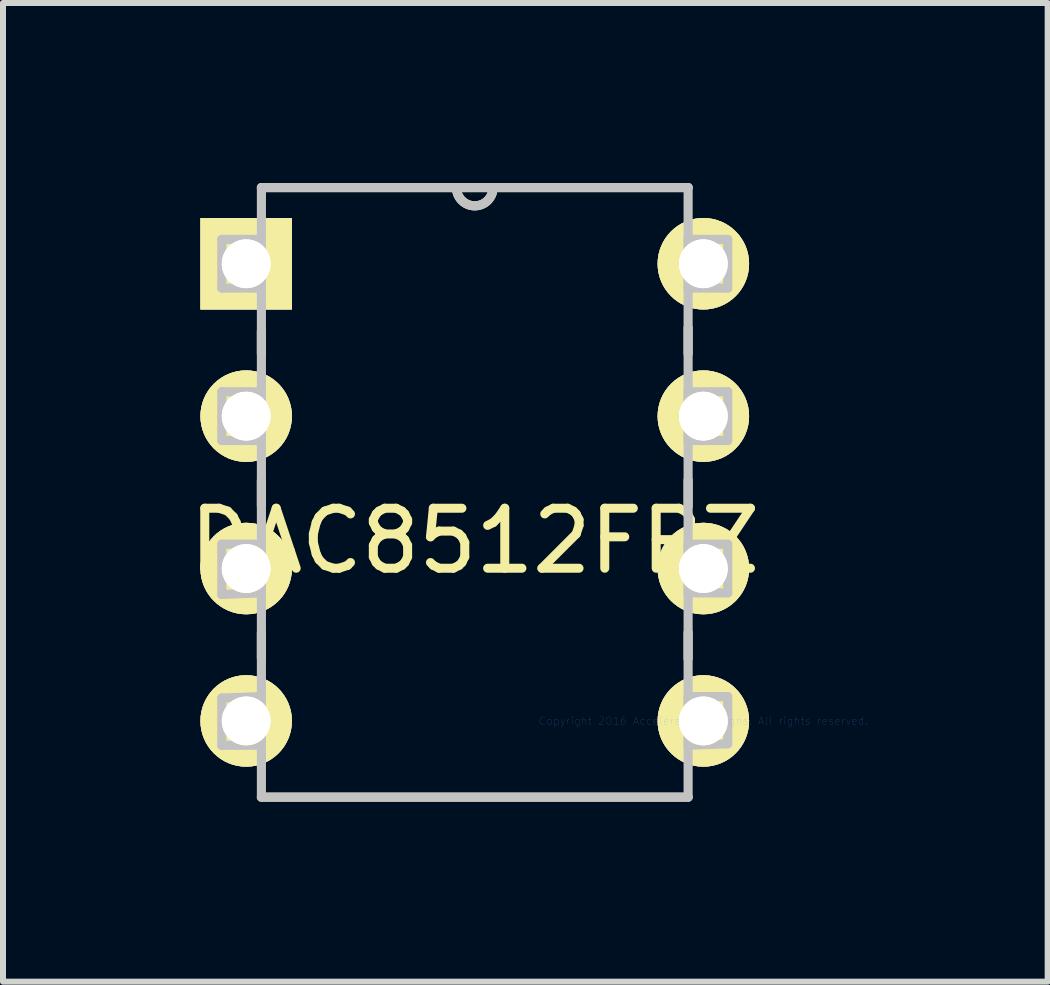
<source format=kicad_pcb>
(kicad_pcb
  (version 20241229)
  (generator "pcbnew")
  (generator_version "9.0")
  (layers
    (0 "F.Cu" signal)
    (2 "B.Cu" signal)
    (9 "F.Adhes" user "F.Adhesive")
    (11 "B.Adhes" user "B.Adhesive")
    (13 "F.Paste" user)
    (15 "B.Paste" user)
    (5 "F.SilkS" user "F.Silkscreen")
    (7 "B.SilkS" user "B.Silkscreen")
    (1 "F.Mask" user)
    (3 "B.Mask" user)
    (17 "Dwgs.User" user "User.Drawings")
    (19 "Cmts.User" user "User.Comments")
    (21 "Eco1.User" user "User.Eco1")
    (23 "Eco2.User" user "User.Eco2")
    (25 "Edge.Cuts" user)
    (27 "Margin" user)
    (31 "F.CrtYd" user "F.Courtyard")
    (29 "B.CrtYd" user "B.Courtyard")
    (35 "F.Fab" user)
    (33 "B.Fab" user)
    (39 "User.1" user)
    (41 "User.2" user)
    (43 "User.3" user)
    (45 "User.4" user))
  (footprint "DAC8512FPZ"
    (layer "F.Cu")
    (at 8.673 8.966)
    (property "Reference" "DAC8512FPZ" (at -3.81 -3 0) (layer "F.SilkS") (effects (font (size 1 1) (thickness 0.15))))
    (attr through_hole)
    (fp_line (start -7.366 -6.502) (end -7.366 -6.121) (stroke (width 0.152) (type solid)) (layer "F.SilkS"))
    (fp_line (start -7.366 -4.013) (end -7.366 -3.581) (stroke (width 0.152) (type solid)) (layer "F.SilkS"))
    (fp_line (start -7.366 -1.473) (end -7.366 -1.041) (stroke (width 0.152) (type solid)) (layer "F.SilkS"))
    (fp_line (start -7.366 1.27) (end -0.254 1.27) (stroke (width 0.152) (type solid)) (layer "F.SilkS"))
    (fp_line (start -0.254 -8.89) (end -7.366 -8.89) (stroke (width 0.152) (type solid)) (layer "F.SilkS"))
    (fp_line (start -0.254 -6.121) (end -0.254 -6.553) (stroke (width 0.152) (type solid)) (layer "F.SilkS"))
    (fp_line (start -0.254 -3.581) (end -0.254 -4.013) (stroke (width 0.152) (type solid)) (layer "F.SilkS"))
    (fp_line (start -0.254 -1.041) (end -0.254 -1.473) (stroke (width 0.152) (type solid)) (layer "F.SilkS"))
    (fp_arc (start -3.5052 -8.89) (mid -3.81 -8.5852) (end -4.1148 -8.89) (stroke (width 0.1524) (type solid)) (layer "F.SilkS"))
    (fp_line (start -8.026 -8.026) (end -8.026 -7.214) (stroke (width 0.152) (type solid)) (layer "Dwgs.User"))
    (fp_line (start -8.026 -7.214) (end -7.366 -7.214) (stroke (width 0.152) (type solid)) (layer "Dwgs.User"))
    (fp_line (start -8.026 -5.486) (end -8.026 -4.674) (stroke (width 0.152) (type solid)) (layer "Dwgs.User"))
    (fp_line (start -8.026 -4.674) (end -7.366 -4.674) (stroke (width 0.152) (type solid)) (layer "Dwgs.User"))
    (fp_line (start -8.026 -2.946) (end -8.026 -2.108) (stroke (width 0.152) (type solid)) (layer "Dwgs.User"))
    (fp_line (start -8.026 -2.108) (end -7.366 -2.134) (stroke (width 0.152) (type solid)) (layer "Dwgs.User"))
    (fp_line (start -8.026 -0.381) (end -8.026 0.406) (stroke (width 0.152) (type solid)) (layer "Dwgs.User"))
    (fp_line (start -8.026 0.406) (end -7.366 0.406) (stroke (width 0.152) (type solid)) (layer "Dwgs.User"))
    (fp_line (start -7.366 -8.89) (end -7.366 1.27) (stroke (width 0.152) (type solid)) (layer "Dwgs.User"))
    (fp_line (start -7.366 -8.026) (end -8.026 -8.026) (stroke (width 0.152) (type solid)) (layer "Dwgs.User"))
    (fp_line (start -7.366 -7.214) (end -7.366 -8.026) (stroke (width 0.152) (type solid)) (layer "Dwgs.User"))
    (fp_line (start -7.366 -5.486) (end -8.026 -5.486) (stroke (width 0.152) (type solid)) (layer "Dwgs.User"))
    (fp_line (start -7.366 -4.674) (end -7.366 -5.486) (stroke (width 0.152) (type solid)) (layer "Dwgs.User"))
    (fp_line (start -7.366 -2.946) (end -8.026 -2.946) (stroke (width 0.152) (type solid)) (layer "Dwgs.User"))
    (fp_line (start -7.366 -2.134) (end -7.366 -2.946) (stroke (width 0.152) (type solid)) (layer "Dwgs.User"))
    (fp_line (start -7.366 -0.406) (end -8.026 -0.381) (stroke (width 0.152) (type solid)) (layer "Dwgs.User"))
    (fp_line (start -7.366 0.406) (end -7.366 -0.406) (stroke (width 0.152) (type solid)) (layer "Dwgs.User"))
    (fp_line (start -7.366 1.27) (end -0.254 1.27) (stroke (width 0.152) (type solid)) (layer "Dwgs.User"))
    (fp_line (start -0.254 -8.89) (end -7.366 -8.89) (stroke (width 0.152) (type solid)) (layer "Dwgs.User"))
    (fp_line (start -0.254 -8.026) (end -0.254 -7.214) (stroke (width 0.152) (type solid)) (layer "Dwgs.User"))
    (fp_line (start -0.254 -7.214) (end 0.406 -7.214) (stroke (width 0.152) (type solid)) (layer "Dwgs.User"))
    (fp_line (start -0.254 -5.486) (end -0.254 -4.674) (stroke (width 0.152) (type solid)) (layer "Dwgs.User"))
    (fp_line (start -0.254 -4.674) (end 0.406 -4.674) (stroke (width 0.152) (type solid)) (layer "Dwgs.User"))
    (fp_line (start -0.254 -2.946) (end -0.254 -2.134) (stroke (width 0.152) (type solid)) (layer "Dwgs.User"))
    (fp_line (start -0.254 -2.134) (end 0.406 -2.134) (stroke (width 0.152) (type solid)) (layer "Dwgs.User"))
    (fp_line (start -0.254 -0.406) (end -0.254 0.406) (stroke (width 0.152) (type solid)) (layer "Dwgs.User"))
    (fp_line (start -0.254 0.406) (end 0.406 0.381) (stroke (width 0.152) (type solid)) (layer "Dwgs.User"))
    (fp_line (start -0.254 1.27) (end -0.254 -8.89) (stroke (width 0.152) (type solid)) (layer "Dwgs.User"))
    (fp_line (start 0.406 -8.026) (end -0.254 -8.026) (stroke (width 0.152) (type solid)) (layer "Dwgs.User"))
    (fp_line (start 0.406 -7.214) (end 0.406 -8.026) (stroke (width 0.152) (type solid)) (layer "Dwgs.User"))
    (fp_line (start 0.406 -5.486) (end -0.254 -5.486) (stroke (width 0.152) (type solid)) (layer "Dwgs.User"))
    (fp_line (start 0.406 -4.674) (end 0.406 -5.486) (stroke (width 0.152) (type solid)) (layer "Dwgs.User"))
    (fp_line (start 0.406 -2.946) (end -0.254 -2.946) (stroke (width 0.152) (type solid)) (layer "Dwgs.User"))
    (fp_line (start 0.406 -2.134) (end 0.406 -2.946) (stroke (width 0.152) (type solid)) (layer "Dwgs.User"))
    (fp_line (start 0.406 -0.406) (end -0.254 -0.406) (stroke (width 0.152) (type solid)) (layer "Dwgs.User"))
    (fp_line (start 0.406 0.381) (end 0.406 -0.406) (stroke (width 0.152) (type solid)) (layer "Dwgs.User"))
    (fp_arc (start -3.5052 -8.89) (mid -3.81 -8.5852) (end -4.1148 -8.89) (stroke (width 0.1524) (type solid)) (layer "Dwgs.User"))
    (fp_text user "Copyright 2016 Accelerated Designs. All rights reserved." (at 0 0 0) (layer "Cmts.User") (effects (font (size 0.127 0.127) (thickness 0.002))))
    (pad "1" thru_hole rect (at -7.62 -7.62) (size 1.524 1.524) (drill 0.813) (layers "*.Cu" "F.SilkS"))
    (pad "1" thru_hole rect (at -7.62 -7.62) (size 1.524 1.524) (drill 0.813) (layers "*.Cu" "F.SilkS"))
    (pad "2" thru_hole circle (at -7.62 -5.08) (size 1.524 1.524) (drill 0.813) (layers "*.Cu" "F.SilkS"))
    (pad "2" thru_hole circle (at -7.62 -5.08) (size 1.524 1.524) (drill 0.813) (layers "*.Cu" "F.SilkS"))
    (pad "3" thru_hole circle (at -7.62 -2.54) (size 1.524 1.524) (drill 0.813) (layers "*.Cu" "F.SilkS"))
    (pad "3" thru_hole circle (at -7.62 -2.54) (size 1.524 1.524) (drill 0.813) (layers "*.Cu" "F.SilkS"))
    (pad "4" thru_hole circle (at -7.62 0) (size 1.524 1.524) (drill 0.813) (layers "*.Cu" "F.SilkS"))
    (pad "4" thru_hole circle (at -7.62 0) (size 1.524 1.524) (drill 0.813) (layers "*.Cu" "F.SilkS"))
    (pad "5" thru_hole circle (at 0 0) (size 1.524 1.524) (drill 0.813) (layers "*.Cu" "F.SilkS"))
    (pad "5" thru_hole circle (at 0 0) (size 1.524 1.524) (drill 0.813) (layers "*.Cu" "F.SilkS"))
    (pad "6" thru_hole circle (at 0 -2.54) (size 1.524 1.524) (drill 0.813) (layers "*.Cu" "F.SilkS"))
    (pad "6" thru_hole circle (at 0 -2.54) (size 1.524 1.524) (drill 0.813) (layers "*.Cu" "F.SilkS"))
    (pad "7" thru_hole circle (at 0 -5.08) (size 1.524 1.524) (drill 0.813) (layers "*.Cu" "F.SilkS"))
    (pad "7" thru_hole circle (at 0 -5.08) (size 1.524 1.524) (drill 0.813) (layers "*.Cu" "F.SilkS"))
    (pad "8" thru_hole circle (at 0 -7.62) (size 1.524 1.524) (drill 0.813) (layers "*.Cu" "F.SilkS"))
    (pad "8" thru_hole circle (at 0 -7.62) (size 1.524 1.524) (drill 0.813) (layers "*.Cu" "F.SilkS")))
  (gr_rect
    (start -3 -3)
    (end 14.412 13.312)
    (stroke (width 0.1) (type default))
    (fill no)
    (layer "Edge.Cuts")))
</source>
